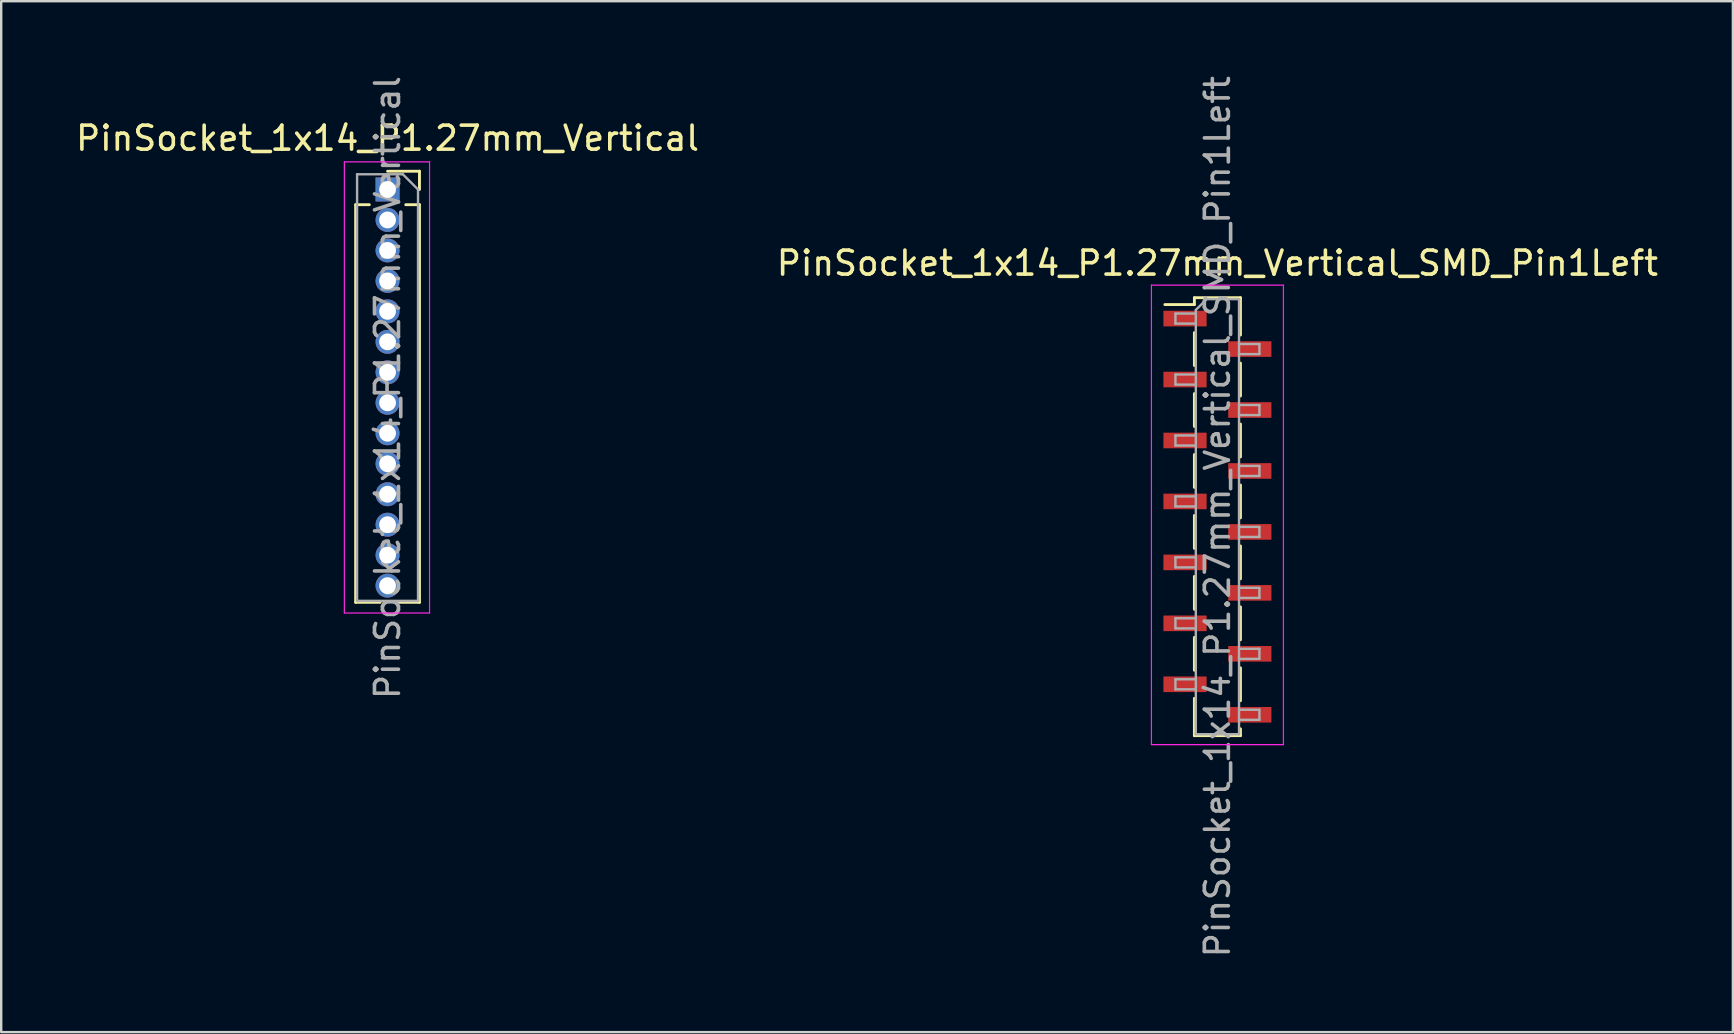
<source format=kicad_pcb>
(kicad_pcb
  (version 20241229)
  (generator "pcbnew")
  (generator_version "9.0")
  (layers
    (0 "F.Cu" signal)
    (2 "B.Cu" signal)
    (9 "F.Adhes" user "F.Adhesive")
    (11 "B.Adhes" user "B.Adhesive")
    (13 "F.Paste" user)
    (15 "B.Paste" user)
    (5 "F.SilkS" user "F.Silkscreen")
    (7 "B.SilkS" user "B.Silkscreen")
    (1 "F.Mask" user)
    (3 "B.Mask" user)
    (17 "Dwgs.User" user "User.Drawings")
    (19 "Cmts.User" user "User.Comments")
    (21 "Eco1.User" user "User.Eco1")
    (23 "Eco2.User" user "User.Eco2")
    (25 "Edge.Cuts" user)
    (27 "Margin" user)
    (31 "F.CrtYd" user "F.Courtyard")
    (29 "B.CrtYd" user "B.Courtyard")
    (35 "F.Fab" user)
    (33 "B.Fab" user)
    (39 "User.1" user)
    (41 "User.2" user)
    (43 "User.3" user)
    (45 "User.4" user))
  (footprint "PinSocket_1x14_P1.27mm_Vertical_SMD_Pin1Left"
    (layer "F.Cu")
    (at 47.685 18.482)
    (property "Reference" "PinSocket_1x14_P1.27mm_Vertical_SMD_Pin1Left" (at 0 -10.565 0) (layer "F.SilkS") (effects (font (size 1 1) (thickness 0.15))))
    (attr smd)
    (fp_line (start -2.19 -8.84) (end -0.96 -8.84) (stroke (width 0.12) (type solid)) (layer "F.SilkS"))
    (fp_line (start -0.96 -9.125) (end -0.96 -8.84) (stroke (width 0.12) (type solid)) (layer "F.SilkS"))
    (fp_line (start -0.96 -9.125) (end 0.96 -9.125) (stroke (width 0.12) (type solid)) (layer "F.SilkS"))
    (fp_line (start -0.96 -7.67) (end -0.96 -6.3) (stroke (width 0.12) (type solid)) (layer "F.SilkS"))
    (fp_line (start -0.96 -5.13) (end -0.96 -3.76) (stroke (width 0.12) (type solid)) (layer "F.SilkS"))
    (fp_line (start -0.96 -2.59) (end -0.96 -1.22) (stroke (width 0.12) (type solid)) (layer "F.SilkS"))
    (fp_line (start -0.96 -0.05) (end -0.96 1.32) (stroke (width 0.12) (type solid)) (layer "F.SilkS"))
    (fp_line (start -0.96 2.49) (end -0.96 3.86) (stroke (width 0.12) (type solid)) (layer "F.SilkS"))
    (fp_line (start -0.96 5.03) (end -0.96 6.4) (stroke (width 0.12) (type solid)) (layer "F.SilkS"))
    (fp_line (start -0.96 7.57) (end -0.96 9.125) (stroke (width 0.12) (type solid)) (layer "F.SilkS"))
    (fp_line (start -0.96 9.125) (end 0.96 9.125) (stroke (width 0.12) (type solid)) (layer "F.SilkS"))
    (fp_line (start 0.96 -9.125) (end 0.96 -7.57) (stroke (width 0.12) (type solid)) (layer "F.SilkS"))
    (fp_line (start 0.96 -6.4) (end 0.96 -5.03) (stroke (width 0.12) (type solid)) (layer "F.SilkS"))
    (fp_line (start 0.96 -3.86) (end 0.96 -2.49) (stroke (width 0.12) (type solid)) (layer "F.SilkS"))
    (fp_line (start 0.96 -1.32) (end 0.96 0.05) (stroke (width 0.12) (type solid)) (layer "F.SilkS"))
    (fp_line (start 0.96 1.22) (end 0.96 2.59) (stroke (width 0.12) (type solid)) (layer "F.SilkS"))
    (fp_line (start 0.96 3.76) (end 0.96 5.13) (stroke (width 0.12) (type solid)) (layer "F.SilkS"))
    (fp_line (start 0.96 6.3) (end 0.96 7.67) (stroke (width 0.12) (type solid)) (layer "F.SilkS"))
    (fp_line (start 0.96 8.84) (end 0.96 9.125) (stroke (width 0.12) (type solid)) (layer "F.SilkS"))
    (fp_line (start -2.75 -9.65) (end 2.75 -9.65) (stroke (width 0.05) (type solid)) (layer "F.CrtYd"))
    (fp_line (start -2.75 9.5) (end -2.75 -9.65) (stroke (width 0.05) (type solid)) (layer "F.CrtYd"))
    (fp_line (start 2.75 -9.65) (end 2.75 9.5) (stroke (width 0.05) (type solid)) (layer "F.CrtYd"))
    (fp_line (start 2.75 9.5) (end -2.75 9.5) (stroke (width 0.05) (type solid)) (layer "F.CrtYd"))
    (fp_line (start -1.75 -8.465) (end -0.9 -8.465) (stroke (width 0.1) (type solid)) (layer "F.Fab"))
    (fp_line (start -1.75 -8.045) (end -1.75 -8.465) (stroke (width 0.1) (type solid)) (layer "F.Fab"))
    (fp_line (start -1.75 -5.925) (end -0.9 -5.925) (stroke (width 0.1) (type solid)) (layer "F.Fab"))
    (fp_line (start -1.75 -5.505) (end -1.75 -5.925) (stroke (width 0.1) (type solid)) (layer "F.Fab"))
    (fp_line (start -1.75 -3.385) (end -0.9 -3.385) (stroke (width 0.1) (type solid)) (layer "F.Fab"))
    (fp_line (start -1.75 -2.965) (end -1.75 -3.385) (stroke (width 0.1) (type solid)) (layer "F.Fab"))
    (fp_line (start -1.75 -0.845) (end -0.9 -0.845) (stroke (width 0.1) (type solid)) (layer "F.Fab"))
    (fp_line (start -1.75 -0.425) (end -1.75 -0.845) (stroke (width 0.1) (type solid)) (layer "F.Fab"))
    (fp_line (start -1.75 1.695) (end -0.9 1.695) (stroke (width 0.1) (type solid)) (layer "F.Fab"))
    (fp_line (start -1.75 2.115) (end -1.75 1.695) (stroke (width 0.1) (type solid)) (layer "F.Fab"))
    (fp_line (start -1.75 4.235) (end -0.9 4.235) (stroke (width 0.1) (type solid)) (layer "F.Fab"))
    (fp_line (start -1.75 4.655) (end -1.75 4.235) (stroke (width 0.1) (type solid)) (layer "F.Fab"))
    (fp_line (start -1.75 6.775) (end -0.9 6.775) (stroke (width 0.1) (type solid)) (layer "F.Fab"))
    (fp_line (start -1.75 7.195) (end -1.75 6.775) (stroke (width 0.1) (type solid)) (layer "F.Fab"))
    (fp_line (start -0.9 -8.615) (end -0.45 -9.065) (stroke (width 0.1) (type solid)) (layer "F.Fab"))
    (fp_line (start -0.9 -8.045) (end -1.75 -8.045) (stroke (width 0.1) (type solid)) (layer "F.Fab"))
    (fp_line (start -0.9 -5.505) (end -1.75 -5.505) (stroke (width 0.1) (type solid)) (layer "F.Fab"))
    (fp_line (start -0.9 -2.965) (end -1.75 -2.965) (stroke (width 0.1) (type solid)) (layer "F.Fab"))
    (fp_line (start -0.9 -0.425) (end -1.75 -0.425) (stroke (width 0.1) (type solid)) (layer "F.Fab"))
    (fp_line (start -0.9 2.115) (end -1.75 2.115) (stroke (width 0.1) (type solid)) (layer "F.Fab"))
    (fp_line (start -0.9 4.655) (end -1.75 4.655) (stroke (width 0.1) (type solid)) (layer "F.Fab"))
    (fp_line (start -0.9 7.195) (end -1.75 7.195) (stroke (width 0.1) (type solid)) (layer "F.Fab"))
    (fp_line (start -0.9 9.065) (end -0.9 -8.615) (stroke (width 0.1) (type solid)) (layer "F.Fab"))
    (fp_line (start -0.45 -9.065) (end 0.9 -9.065) (stroke (width 0.1) (type solid)) (layer "F.Fab"))
    (fp_line (start 0.9 -9.065) (end 0.9 9.065) (stroke (width 0.1) (type solid)) (layer "F.Fab"))
    (fp_line (start 0.9 -7.195) (end 1.75 -7.195) (stroke (width 0.1) (type solid)) (layer "F.Fab"))
    (fp_line (start 0.9 -4.655) (end 1.75 -4.655) (stroke (width 0.1) (type solid)) (layer "F.Fab"))
    (fp_line (start 0.9 -2.115) (end 1.75 -2.115) (stroke (width 0.1) (type solid)) (layer "F.Fab"))
    (fp_line (start 0.9 0.425) (end 1.75 0.425) (stroke (width 0.1) (type solid)) (layer "F.Fab"))
    (fp_line (start 0.9 2.965) (end 1.75 2.965) (stroke (width 0.1) (type solid)) (layer "F.Fab"))
    (fp_line (start 0.9 5.505) (end 1.75 5.505) (stroke (width 0.1) (type solid)) (layer "F.Fab"))
    (fp_line (start 0.9 8.045) (end 1.75 8.045) (stroke (width 0.1) (type solid)) (layer "F.Fab"))
    (fp_line (start 0.9 9.065) (end -0.9 9.065) (stroke (width 0.1) (type solid)) (layer "F.Fab"))
    (fp_line (start 1.75 -7.195) (end 1.75 -6.775) (stroke (width 0.1) (type solid)) (layer "F.Fab"))
    (fp_line (start 1.75 -6.775) (end 0.9 -6.775) (stroke (width 0.1) (type solid)) (layer "F.Fab"))
    (fp_line (start 1.75 -4.655) (end 1.75 -4.235) (stroke (width 0.1) (type solid)) (layer "F.Fab"))
    (fp_line (start 1.75 -4.235) (end 0.9 -4.235) (stroke (width 0.1) (type solid)) (layer "F.Fab"))
    (fp_line (start 1.75 -2.115) (end 1.75 -1.695) (stroke (width 0.1) (type solid)) (layer "F.Fab"))
    (fp_line (start 1.75 -1.695) (end 0.9 -1.695) (stroke (width 0.1) (type solid)) (layer "F.Fab"))
    (fp_line (start 1.75 0.425) (end 1.75 0.845) (stroke (width 0.1) (type solid)) (layer "F.Fab"))
    (fp_line (start 1.75 0.845) (end 0.9 0.845) (stroke (width 0.1) (type solid)) (layer "F.Fab"))
    (fp_line (start 1.75 2.965) (end 1.75 3.385) (stroke (width 0.1) (type solid)) (layer "F.Fab"))
    (fp_line (start 1.75 3.385) (end 0.9 3.385) (stroke (width 0.1) (type solid)) (layer "F.Fab"))
    (fp_line (start 1.75 5.505) (end 1.75 5.925) (stroke (width 0.1) (type solid)) (layer "F.Fab"))
    (fp_line (start 1.75 5.925) (end 0.9 5.925) (stroke (width 0.1) (type solid)) (layer "F.Fab"))
    (fp_line (start 1.75 8.045) (end 1.75 8.465) (stroke (width 0.1) (type solid)) (layer "F.Fab"))
    (fp_line (start 1.75 8.465) (end 0.9 8.465) (stroke (width 0.1) (type solid)) (layer "F.Fab"))
    (fp_text user "${REFERENCE}" (at 0 0 90) (layer "F.Fab") (effects (font (size 1 1) (thickness 0.15))))
    (pad "1" smd rect (at -1.35 -8.255) (size 1.8 0.65) (layers "F.Cu" "F.Mask" "F.Paste"))
    (pad "2" smd rect (at 1.35 -6.985) (size 1.8 0.65) (layers "F.Cu" "F.Mask" "F.Paste"))
    (pad "3" smd rect (at -1.35 -5.715) (size 1.8 0.65) (layers "F.Cu" "F.Mask" "F.Paste"))
    (pad "4" smd rect (at 1.35 -4.445) (size 1.8 0.65) (layers "F.Cu" "F.Mask" "F.Paste"))
    (pad "5" smd rect (at -1.35 -3.175) (size 1.8 0.65) (layers "F.Cu" "F.Mask" "F.Paste"))
    (pad "6" smd rect (at 1.35 -1.905) (size 1.8 0.65) (layers "F.Cu" "F.Mask" "F.Paste"))
    (pad "7" smd rect (at -1.35 -0.635) (size 1.8 0.65) (layers "F.Cu" "F.Mask" "F.Paste"))
    (pad "8" smd rect (at 1.35 0.635) (size 1.8 0.65) (layers "F.Cu" "F.Mask" "F.Paste"))
    (pad "9" smd rect (at -1.35 1.905) (size 1.8 0.65) (layers "F.Cu" "F.Mask" "F.Paste"))
    (pad "10" smd rect (at 1.35 3.175) (size 1.8 0.65) (layers "F.Cu" "F.Mask" "F.Paste"))
    (pad "11" smd rect (at -1.35 4.445) (size 1.8 0.65) (layers "F.Cu" "F.Mask" "F.Paste"))
    (pad "12" smd rect (at 1.35 5.715) (size 1.8 0.65) (layers "F.Cu" "F.Mask" "F.Paste"))
    (pad "13" smd rect (at -1.35 6.985) (size 1.8 0.65) (layers "F.Cu" "F.Mask" "F.Paste"))
    (pad "14" smd rect (at 1.35 8.255) (size 1.8 0.65) (layers "F.Cu" "F.Mask" "F.Paste")))
  (footprint "PinSocket_1x14_P1.27mm_Vertical"
    (layer "F.Cu")
    (at 13.101 4.846)
    (property "Reference" "PinSocket_1x14_P1.27mm_Vertical" (at 0 -2.135 0) (layer "F.SilkS") (effects (font (size 1 1) (thickness 0.15))))
    (attr through_hole)
    (fp_line (start -1.33 0.635) (end -1.33 17.205) (stroke (width 0.12) (type solid)) (layer "F.SilkS"))
    (fp_line (start -1.33 0.635) (end -0.76 0.635) (stroke (width 0.12) (type solid)) (layer "F.SilkS"))
    (fp_line (start -1.33 17.205) (end -0.308 17.205) (stroke (width 0.12) (type solid)) (layer "F.SilkS"))
    (fp_line (start 0 -0.76) (end 1.33 -0.76) (stroke (width 0.12) (type solid)) (layer "F.SilkS"))
    (fp_line (start 0.308 17.205) (end 1.33 17.205) (stroke (width 0.12) (type solid)) (layer "F.SilkS"))
    (fp_line (start 0.76 0.635) (end 1.33 0.635) (stroke (width 0.12) (type solid)) (layer "F.SilkS"))
    (fp_line (start 1.33 -0.76) (end 1.33 0) (stroke (width 0.12) (type solid)) (layer "F.SilkS"))
    (fp_line (start 1.33 0.635) (end 1.33 17.205) (stroke (width 0.12) (type solid)) (layer "F.SilkS"))
    (fp_line (start -1.8 -1.15) (end 1.75 -1.15) (stroke (width 0.05) (type solid)) (layer "F.CrtYd"))
    (fp_line (start -1.8 17.65) (end -1.8 -1.15) (stroke (width 0.05) (type solid)) (layer "F.CrtYd"))
    (fp_line (start 1.75 -1.15) (end 1.75 17.65) (stroke (width 0.05) (type solid)) (layer "F.CrtYd"))
    (fp_line (start 1.75 17.65) (end -1.8 17.65) (stroke (width 0.05) (type solid)) (layer "F.CrtYd"))
    (fp_line (start -1.27 -0.635) (end 0.635 -0.635) (stroke (width 0.1) (type solid)) (layer "F.Fab"))
    (fp_line (start -1.27 17.145) (end -1.27 -0.635) (stroke (width 0.1) (type solid)) (layer "F.Fab"))
    (fp_line (start 0.635 -0.635) (end 1.27 0) (stroke (width 0.1) (type solid)) (layer "F.Fab"))
    (fp_line (start 1.27 0) (end 1.27 17.145) (stroke (width 0.1) (type solid)) (layer "F.Fab"))
    (fp_line (start 1.27 17.145) (end -1.27 17.145) (stroke (width 0.1) (type solid)) (layer "F.Fab"))
    (fp_text user "${REFERENCE}" (at 0 8.255 90) (layer "F.Fab") (effects (font (size 1 1) (thickness 0.15))))
    (pad "1" thru_hole rect (at 0 0) (size 1 1) (drill 0.7) (layers "*.Cu" "*.Mask"))
    (pad "2" thru_hole oval (at 0 1.27) (size 1 1) (drill 0.7) (layers "*.Cu" "*.Mask"))
    (pad "3" thru_hole oval (at 0 2.54) (size 1 1) (drill 0.7) (layers "*.Cu" "*.Mask"))
    (pad "4" thru_hole oval (at 0 3.81) (size 1 1) (drill 0.7) (layers "*.Cu" "*.Mask"))
    (pad "5" thru_hole oval (at 0 5.08) (size 1 1) (drill 0.7) (layers "*.Cu" "*.Mask"))
    (pad "6" thru_hole oval (at 0 6.35) (size 1 1) (drill 0.7) (layers "*.Cu" "*.Mask"))
    (pad "7" thru_hole oval (at 0 7.62) (size 1 1) (drill 0.7) (layers "*.Cu" "*.Mask"))
    (pad "8" thru_hole oval (at 0 8.89) (size 1 1) (drill 0.7) (layers "*.Cu" "*.Mask"))
    (pad "9" thru_hole oval (at 0 10.16) (size 1 1) (drill 0.7) (layers "*.Cu" "*.Mask"))
    (pad "10" thru_hole oval (at 0 11.43) (size 1 1) (drill 0.7) (layers "*.Cu" "*.Mask"))
    (pad "11" thru_hole oval (at 0 12.7) (size 1 1) (drill 0.7) (layers "*.Cu" "*.Mask"))
    (pad "12" thru_hole oval (at 0 13.97) (size 1 1) (drill 0.7) (layers "*.Cu" "*.Mask"))
    (pad "13" thru_hole oval (at 0 15.24) (size 1 1) (drill 0.7) (layers "*.Cu" "*.Mask"))
    (pad "14" thru_hole oval (at 0 16.51) (size 1 1) (drill 0.7) (layers "*.Cu" "*.Mask")))
  (gr_rect
    (start -3 -3)
    (end 69.167 39.964)
    (stroke (width 0.1) (type default))
    (fill no)
    (layer "Edge.Cuts")))
</source>
